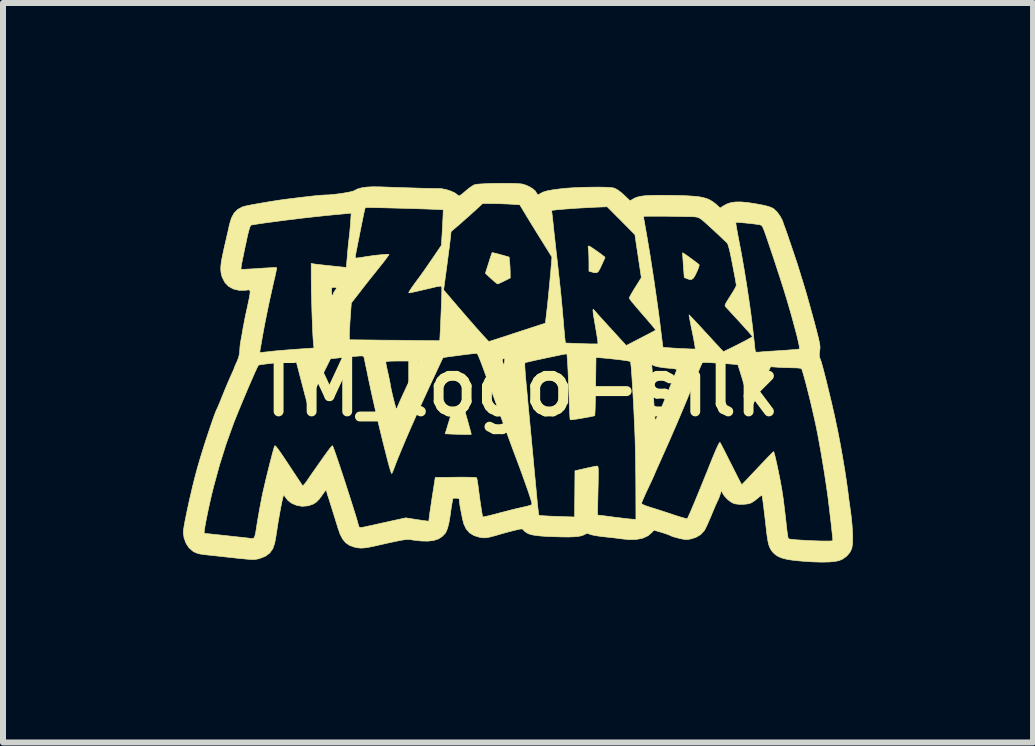
<source format=kicad_pcb>
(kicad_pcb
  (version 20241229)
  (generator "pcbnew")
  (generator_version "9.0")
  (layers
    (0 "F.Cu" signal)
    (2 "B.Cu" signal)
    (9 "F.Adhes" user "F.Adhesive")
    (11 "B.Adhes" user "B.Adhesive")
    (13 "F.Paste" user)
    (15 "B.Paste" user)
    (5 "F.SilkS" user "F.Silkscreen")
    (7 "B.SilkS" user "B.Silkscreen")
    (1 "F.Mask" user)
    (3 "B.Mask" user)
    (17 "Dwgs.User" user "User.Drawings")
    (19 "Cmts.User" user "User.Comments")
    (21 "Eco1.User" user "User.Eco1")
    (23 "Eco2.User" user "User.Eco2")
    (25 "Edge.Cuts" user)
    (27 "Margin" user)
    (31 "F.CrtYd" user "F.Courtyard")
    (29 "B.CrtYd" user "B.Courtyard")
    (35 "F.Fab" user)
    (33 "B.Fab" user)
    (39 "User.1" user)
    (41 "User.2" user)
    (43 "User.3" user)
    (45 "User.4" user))
  (footprint "TM_logo-silk"
    (layer "F.Cu")
    (at 5.593 3.403)
    (property "Reference" "TM_logo-silk" (at 0 0 0) (layer "F.SilkS") (effects (font (size 0.889 0.889) (thickness 0.165))))
    (attr through_hole)
    (fp_poly (pts (xy -0.841 0.592) (xy -0.823 0.66) (xy -0.807 0.717) (xy -0.796 0.759) (xy -0.79 0.781) (xy -0.79 0.783) (xy -0.804 0.786) (xy -0.842 0.787) (xy -0.903 0.787) (xy -0.981 0.785) (xy -1.075 0.782) (xy -1.124 0.78) (xy -1.226 0.775) (xy -1.213 0.737) (xy -1.204 0.707) (xy -1.189 0.659) (xy -1.171 0.598) (xy -1.157 0.554) (xy -1.114 0.409) (xy -0.893 0.409) (xy -0.841 0.592)) (stroke (width 0.01) (type solid)) (fill yes) (layer "F.SilkS"))
    (fp_poly (pts (xy 2.743 -2.235) (xy 2.772 -2.216) (xy 2.813 -2.188) (xy 2.86 -2.154) (xy 2.908 -2.119) (xy 2.952 -2.086) (xy 2.986 -2.06) (xy 3.006 -2.043) (xy 3.008 -2.041) (xy 3.006 -2.023) (xy 2.995 -1.987) (xy 2.975 -1.938) (xy 2.964 -1.914) (xy 2.933 -1.851) (xy 2.906 -1.813) (xy 2.878 -1.795) (xy 2.845 -1.796) (xy 2.801 -1.811) (xy 2.759 -1.829) (xy 2.744 -2.033) (xy 2.739 -2.105) (xy 2.735 -2.167) (xy 2.732 -2.213) (xy 2.731 -2.238) (xy 2.732 -2.241) (xy 2.743 -2.235)) (stroke (width 0.01) (type solid)) (fill yes) (layer "F.SilkS"))
    (fp_poly (pts (xy -0.428 -2.241) (xy -0.392 -2.234) (xy -0.341 -2.221) (xy -0.298 -2.209) (xy -0.159 -2.169) (xy -0.15 -2.076) (xy -0.145 -2.011) (xy -0.142 -1.942) (xy -0.141 -1.902) (xy -0.141 -1.821) (xy -0.24 -1.771) (xy -0.288 -1.748) (xy -0.327 -1.73) (xy -0.349 -1.722) (xy -0.351 -1.722) (xy -0.366 -1.731) (xy -0.397 -1.755) (xy -0.437 -1.79) (xy -0.459 -1.81) (xy -0.555 -1.899) (xy -0.501 -2.068) (xy -0.481 -2.132) (xy -0.463 -2.187) (xy -0.45 -2.225) (xy -0.443 -2.242) (xy -0.443 -2.243) (xy -0.428 -2.241)) (stroke (width 0.01) (type solid)) (fill yes) (layer "F.SilkS"))
    (fp_poly (pts (xy 1.177 -2.352) (xy 1.196 -2.341) (xy 1.231 -2.318) (xy 1.275 -2.288) (xy 1.323 -2.254) (xy 1.369 -2.221) (xy 1.407 -2.192) (xy 1.432 -2.172) (xy 1.439 -2.165) (xy 1.434 -2.151) (xy 1.419 -2.117) (xy 1.397 -2.069) (xy 1.381 -2.033) (xy 1.352 -1.971) (xy 1.329 -1.932) (xy 1.307 -1.912) (xy 1.281 -1.907) (xy 1.245 -1.913) (xy 1.217 -1.921) (xy 1.171 -1.934) (xy 1.171 -2.08) (xy 1.17 -2.15) (xy 1.168 -2.218) (xy 1.164 -2.273) (xy 1.162 -2.293) (xy 1.157 -2.334) (xy 1.16 -2.352) (xy 1.17 -2.354) (xy 1.177 -2.352)) (stroke (width 0.01) (type solid)) (fill yes) (layer "F.SilkS"))
    (fp_poly (pts (xy -0.192 -3.398) (xy -0.103 -3.397) (xy -0.027 -3.394) (xy 0.031 -3.39) (xy 0.061 -3.386) (xy 0.12 -3.368) (xy 0.181 -3.34) (xy 0.234 -3.307) (xy 0.273 -3.275) (xy 0.282 -3.262) (xy 0.304 -3.225) (xy 0.32 -3.21) (xy 0.338 -3.213) (xy 0.362 -3.229) (xy 0.407 -3.252) (xy 0.476 -3.273) (xy 0.57 -3.29) (xy 0.691 -3.306) (xy 0.79 -3.316) (xy 0.887 -3.323) (xy 0.993 -3.328) (xy 1.103 -3.332) (xy 1.212 -3.334) (xy 1.316 -3.335) (xy 1.411 -3.334) (xy 1.491 -3.331) (xy 1.552 -3.326) (xy 1.59 -3.319) (xy 1.641 -3.294) (xy 1.705 -3.247) (xy 1.753 -3.204) (xy 1.857 -3.107) (xy 1.901 -3.134) (xy 1.938 -3.154) (xy 1.981 -3.17) (xy 2.034 -3.182) (xy 2.101 -3.191) (xy 2.183 -3.196) (xy 2.284 -3.199) (xy 2.408 -3.199) (xy 2.538 -3.198) (xy 2.689 -3.195) (xy 2.815 -3.19) (xy 2.92 -3.183) (xy 3.006 -3.174) (xy 3.078 -3.16) (xy 3.139 -3.142) (xy 3.191 -3.118) (xy 3.239 -3.088) (xy 3.286 -3.052) (xy 3.319 -3.022) (xy 3.357 -2.987) (xy 3.411 -3.022) (xy 3.47 -3.054) (xy 3.535 -3.076) (xy 3.612 -3.087) (xy 3.702 -3.088) (xy 3.808 -3.079) (xy 3.935 -3.06) (xy 4.075 -3.034) (xy 4.161 -3.013) (xy 4.223 -2.989) (xy 4.254 -2.97) (xy 4.306 -2.92) (xy 4.354 -2.854) (xy 4.392 -2.785) (xy 4.403 -2.754) (xy 4.417 -2.712) (xy 4.43 -2.677) (xy 4.431 -2.674) (xy 4.44 -2.652) (xy 4.455 -2.609) (xy 4.477 -2.547) (xy 4.502 -2.473) (xy 4.53 -2.391) (xy 4.559 -2.305) (xy 4.588 -2.22) (xy 4.614 -2.141) (xy 4.637 -2.073) (xy 4.654 -2.02) (xy 4.663 -1.99) (xy 4.677 -1.946) (xy 4.695 -1.886) (xy 4.715 -1.822) (xy 4.72 -1.806) (xy 4.748 -1.716) (xy 4.781 -1.606) (xy 4.817 -1.481) (xy 4.854 -1.348) (xy 4.891 -1.214) (xy 4.927 -1.084) (xy 4.958 -0.965) (xy 4.984 -0.863) (xy 4.996 -0.816) (xy 5.011 -0.746) (xy 5.02 -0.694) (xy 5.021 -0.65) (xy 5.016 -0.606) (xy 5.015 -0.597) (xy 5.009 -0.545) (xy 5.011 -0.507) (xy 5.023 -0.473) (xy 5.026 -0.466) (xy 5.037 -0.438) (xy 5.052 -0.386) (xy 5.072 -0.314) (xy 5.095 -0.225) (xy 5.122 -0.122) (xy 5.149 -0.009) (xy 5.178 0.11) (xy 5.207 0.231) (xy 5.235 0.352) (xy 5.262 0.469) (xy 5.282 0.564) (xy 5.323 0.76) (xy 5.362 0.965) (xy 5.399 1.173) (xy 5.433 1.376) (xy 5.462 1.567) (xy 5.486 1.739) (xy 5.489 1.764) (xy 5.498 1.835) (xy 5.507 1.907) (xy 5.516 1.967) (xy 5.518 1.983) (xy 5.539 2.137) (xy 5.554 2.281) (xy 5.563 2.41) (xy 5.566 2.522) (xy 5.562 2.614) (xy 5.551 2.682) (xy 5.549 2.69) (xy 5.517 2.755) (xy 5.464 2.815) (xy 5.398 2.863) (xy 5.343 2.887) (xy 5.273 2.902) (xy 5.177 2.911) (xy 5.056 2.914) (xy 4.912 2.91) (xy 4.819 2.905) (xy 4.68 2.894) (xy 4.565 2.882) (xy 4.472 2.867) (xy 4.398 2.849) (xy 4.338 2.826) (xy 4.289 2.798) (xy 4.249 2.764) (xy 4.249 2.764) (xy 4.216 2.726) (xy 4.19 2.683) (xy 4.169 2.63) (xy 4.153 2.562) (xy 4.139 2.475) (xy 4.128 2.385) (xy 4.111 2.232) (xy 4.095 2.101) (xy 4.082 1.992) (xy 4.071 1.906) (xy 4.063 1.845) (xy 4.057 1.81) (xy 4.055 1.803) (xy 4.042 1.805) (xy 4.014 1.823) (xy 3.982 1.85) (xy 3.937 1.886) (xy 3.892 1.916) (xy 3.866 1.93) (xy 3.814 1.944) (xy 3.746 1.951) (xy 3.674 1.951) (xy 3.609 1.943) (xy 3.582 1.936) (xy 3.529 1.907) (xy 3.474 1.862) (xy 3.426 1.809) (xy 3.399 1.767) (xy 3.377 1.721) (xy 3.359 1.781) (xy 3.341 1.833) (xy 3.32 1.883) (xy 3.315 1.891) (xy 3.301 1.922) (xy 3.278 1.972) (xy 3.251 2.037) (xy 3.22 2.109) (xy 3.209 2.138) (xy 3.177 2.212) (xy 3.147 2.281) (xy 3.12 2.338) (xy 3.099 2.378) (xy 3.094 2.387) (xy 3.033 2.454) (xy 2.952 2.502) (xy 2.871 2.527) (xy 2.821 2.536) (xy 2.779 2.537) (xy 2.732 2.53) (xy 2.68 2.519) (xy 2.627 2.505) (xy 2.583 2.493) (xy 2.556 2.484) (xy 2.554 2.483) (xy 2.508 2.462) (xy 2.454 2.442) (xy 2.385 2.42) (xy 2.358 2.412) (xy 2.253 2.381) (xy 2.223 2.416) (xy 2.156 2.474) (xy 2.069 2.514) (xy 1.962 2.536) (xy 1.838 2.539) (xy 1.707 2.525) (xy 1.659 2.518) (xy 1.593 2.51) (xy 1.52 2.502) (xy 1.482 2.498) (xy 1.379 2.487) (xy 1.292 2.474) (xy 1.224 2.461) (xy 1.178 2.447) (xy 1.162 2.439) (xy 1.135 2.435) (xy 1.112 2.446) (xy 1.077 2.464) (xy 1.035 2.477) (xy 0.982 2.487) (xy 0.915 2.492) (xy 0.83 2.495) (xy 0.722 2.494) (xy 0.624 2.491) (xy 0.491 2.487) (xy 0.383 2.48) (xy 0.296 2.471) (xy 0.228 2.46) (xy 0.175 2.445) (xy 0.133 2.425) (xy 0.1 2.401) (xy 0.074 2.373) (xy 0.064 2.364) (xy 0.047 2.361) (xy 0.018 2.364) (xy -0.027 2.374) (xy -0.088 2.389) (xy -0.158 2.407) (xy -0.228 2.426) (xy -0.287 2.442) (xy -0.31 2.449) (xy -0.399 2.475) (xy -0.467 2.493) (xy -0.519 2.504) (xy -0.56 2.509) (xy -0.597 2.508) (xy -0.634 2.503) (xy -0.651 2.5) (xy -0.745 2.471) (xy -0.818 2.426) (xy -0.874 2.363) (xy -0.914 2.279) (xy -0.938 2.185) (xy -0.95 2.12) (xy -0.963 2.056) (xy -0.973 2.005) (xy -0.974 1.999) (xy -0.982 1.949) (xy -0.987 1.903) (xy -0.988 1.89) (xy -0.99 1.863) (xy -1.003 1.851) (xy -1.035 1.849) (xy -1.042 1.849) (xy -1.096 1.849) (xy -1.113 1.944) (xy -1.124 2.01) (xy -1.135 2.086) (xy -1.143 2.145) (xy -1.162 2.258) (xy -1.185 2.349) (xy -1.212 2.414) (xy -1.226 2.436) (xy -1.279 2.49) (xy -1.342 2.529) (xy -1.418 2.553) (xy -1.511 2.564) (xy -1.622 2.562) (xy -1.756 2.547) (xy -1.792 2.541) (xy -1.815 2.538) (xy -1.838 2.536) (xy -1.864 2.537) (xy -1.896 2.54) (xy -1.937 2.546) (xy -1.99 2.556) (xy -2.058 2.57) (xy -2.144 2.588) (xy -2.251 2.612) (xy -2.383 2.642) (xy -2.406 2.647) (xy -2.498 2.666) (xy -2.57 2.677) (xy -2.63 2.68) (xy -2.686 2.675) (xy -2.743 2.662) (xy -2.748 2.661) (xy -2.822 2.633) (xy -2.883 2.59) (xy -2.933 2.53) (xy -2.976 2.447) (xy -3.011 2.347) (xy -3.032 2.278) (xy -3.058 2.195) (xy -3.086 2.104) (xy -3.115 2.013) (xy -3.141 1.928) (xy -3.164 1.855) (xy -3.182 1.801) (xy -3.184 1.795) (xy -3.196 1.753) (xy -3.203 1.72) (xy -3.203 1.712) (xy -3.21 1.713) (xy -3.229 1.734) (xy -3.256 1.77) (xy -3.272 1.794) (xy -3.325 1.866) (xy -3.375 1.916) (xy -3.43 1.949) (xy -3.498 1.972) (xy -3.515 1.976) (xy -3.607 1.984) (xy -3.697 1.969) (xy -3.779 1.935) (xy -3.847 1.884) (xy -3.882 1.839) (xy -3.902 1.81) (xy -3.915 1.796) (xy -3.917 1.796) (xy -3.923 1.813) (xy -3.933 1.853) (xy -3.946 1.912) (xy -3.961 1.984) (xy -3.976 2.064) (xy -3.991 2.149) (xy -4.006 2.232) (xy -4.018 2.31) (xy -4.021 2.328) (xy -4.033 2.408) (xy -4.045 2.484) (xy -4.056 2.549) (xy -4.065 2.595) (xy -4.067 2.603) (xy -4.098 2.692) (xy -4.149 2.763) (xy -4.221 2.816) (xy -4.316 2.853) (xy -4.328 2.857) (xy -4.357 2.863) (xy -4.384 2.868) (xy -4.414 2.87) (xy -4.451 2.87) (xy -4.5 2.867) (xy -4.564 2.861) (xy -4.649 2.853) (xy -4.75 2.842) (xy -4.852 2.831) (xy -4.951 2.82) (xy -5.041 2.81) (xy -5.117 2.802) (xy -5.174 2.796) (xy -5.193 2.794) (xy -5.272 2.785) (xy -5.33 2.774) (xy -5.376 2.759) (xy -5.417 2.739) (xy -5.435 2.727) (xy -5.496 2.672) (xy -5.544 2.597) (xy -5.576 2.51) (xy -5.586 2.434) (xy -5.242 2.434) (xy -4.889 2.471) (xy -4.791 2.482) (xy -4.7 2.492) (xy -4.621 2.5) (xy -4.559 2.507) (xy -4.517 2.512) (xy -4.501 2.514) (xy -4.465 2.519) (xy -4.438 2.521) (xy -4.418 2.516) (xy -4.404 2.499) (xy -4.393 2.468) (xy -4.382 2.419) (xy -4.371 2.349) (xy -4.36 2.279) (xy -4.343 2.177) (xy -4.323 2.063) (xy -4.302 1.949) (xy -4.282 1.847) (xy -4.277 1.82) (xy -4.262 1.748) (xy -4.242 1.663) (xy -4.22 1.568) (xy -4.196 1.469) (xy -4.171 1.368) (xy -4.147 1.27) (xy -4.123 1.18) (xy -4.103 1.101) (xy -4.085 1.038) (xy -4.072 0.994) (xy -4.065 0.975) (xy -4.056 0.977) (xy -4.037 0.995) (xy -4.008 1.033) (xy -3.967 1.091) (xy -3.913 1.17) (xy -3.845 1.272) (xy -3.832 1.292) (xy -3.774 1.38) (xy -3.722 1.459) (xy -3.676 1.528) (xy -3.639 1.583) (xy -3.613 1.622) (xy -3.6 1.64) (xy -3.599 1.641) (xy -3.588 1.635) (xy -3.565 1.609) (xy -3.534 1.568) (xy -3.509 1.532) (xy -3.47 1.474) (xy -3.419 1.401) (xy -3.36 1.317) (xy -3.298 1.229) (xy -3.238 1.144) (xy -3.183 1.068) (xy -3.147 1.02) (xy -3.123 0.991) (xy -3.106 0.975) (xy -3.103 0.974) (xy -3.096 0.987) (xy -3.082 1.023) (xy -3.061 1.081) (xy -3.035 1.156) (xy -3.005 1.245) (xy -2.971 1.346) (xy -2.935 1.455) (xy -2.897 1.569) (xy -2.86 1.685) (xy -2.823 1.8) (xy -2.788 1.91) (xy -2.755 2.014) (xy -2.726 2.106) (xy -2.702 2.185) (xy -2.684 2.247) (xy -2.673 2.29) (xy -2.662 2.321) (xy -2.651 2.336) (xy -2.632 2.337) (xy -2.594 2.332) (xy -2.544 2.322) (xy -2.543 2.322) (xy -2.5 2.312) (xy -2.434 2.298) (xy -2.354 2.28) (xy -2.264 2.26) (xy -2.171 2.24) (xy -2.165 2.238) (xy -1.881 2.176) (xy -1.755 2.196) (xy -1.689 2.206) (xy -1.625 2.216) (xy -1.574 2.223) (xy -1.564 2.224) (xy -1.498 2.233) (xy -1.488 2.15) (xy -1.483 2.11) (xy -1.474 2.048) (xy -1.462 1.97) (xy -1.449 1.882) (xy -1.435 1.79) (xy -1.434 1.785) (xy -1.39 1.503) (xy -1.052 1.499) (xy -0.957 1.498) (xy -0.871 1.499) (xy -0.799 1.5) (xy -0.744 1.502) (xy -0.711 1.505) (xy -0.703 1.507) (xy -0.696 1.525) (xy -0.688 1.565) (xy -0.679 1.622) (xy -0.671 1.687) (xy -0.661 1.764) (xy -0.65 1.845) (xy -0.639 1.927) (xy -0.627 2.004) (xy -0.617 2.07) (xy -0.608 2.122) (xy -0.601 2.154) (xy -0.599 2.16) (xy -0.584 2.159) (xy -0.547 2.152) (xy -0.49 2.139) (xy -0.419 2.121) (xy -0.338 2.1) (xy -0.322 2.095) (xy -0.227 2.071) (xy -0.132 2.046) (xy -0.043 2.024) (xy 0.032 2.007) (xy 0.083 1.995) (xy 0.141 1.982) (xy 0.187 1.969) (xy 0.216 1.957) (xy 0.222 1.952) (xy 0.219 1.931) (xy 0.207 1.886) (xy 0.186 1.818) (xy 0.156 1.727) (xy 0.117 1.617) (xy 0.071 1.487) (xy 0.017 1.339) (xy -0.044 1.176) (xy -0.056 1.143) (xy -0.096 1.038) (xy -0.142 0.913) (xy -0.192 0.776) (xy -0.244 0.635) (xy -0.295 0.496) (xy -0.342 0.367) (xy -0.347 0.353) (xy -0.412 0.174) (xy -0.468 0.021) (xy -0.516 -0.11) (xy -0.556 -0.22) (xy -0.589 -0.311) (xy -0.616 -0.384) (xy -0.638 -0.442) (xy -0.639 -0.445) (xy -0.272 -0.445) (xy -0.264 -0.414) (xy -0.247 -0.361) (xy -0.247 -0.365) (xy 0.102 -0.365) (xy 0.103 -0.332) (xy 0.106 -0.287) (xy 0.11 -0.229) (xy 0.116 -0.155) (xy 0.124 -0.064) (xy 0.135 0.046) (xy 0.147 0.178) (xy 0.161 0.331) (xy 0.178 0.51) (xy 0.197 0.713) (xy 0.213 0.877) (xy 0.228 1.041) (xy 0.243 1.199) (xy 0.257 1.35) (xy 0.27 1.49) (xy 0.282 1.614) (xy 0.292 1.721) (xy 0.3 1.806) (xy 0.305 1.863) (xy 0.313 1.946) (xy 0.321 2.019) (xy 0.328 2.077) (xy 0.333 2.117) (xy 0.337 2.133) (xy 0.353 2.136) (xy 0.393 2.14) (xy 0.453 2.144) (xy 0.528 2.148) (xy 0.613 2.151) (xy 0.638 2.152) (xy 0.931 2.162) (xy 0.935 1.777) (xy 0.938 1.392) (xy 1.108 1.353) (xy 1.175 1.338) (xy 1.235 1.325) (xy 1.28 1.316) (xy 1.304 1.313) (xy 1.304 1.313) (xy 1.312 1.314) (xy 1.318 1.318) (xy 1.322 1.33) (xy 1.325 1.352) (xy 1.327 1.387) (xy 1.327 1.438) (xy 1.326 1.508) (xy 1.325 1.6) (xy 1.322 1.717) (xy 1.322 1.721) (xy 1.313 2.129) (xy 1.387 2.138) (xy 1.429 2.143) (xy 1.491 2.151) (xy 1.565 2.161) (xy 1.644 2.171) (xy 1.658 2.172) (xy 1.734 2.182) (xy 1.804 2.19) (xy 1.862 2.196) (xy 1.9 2.199) (xy 1.905 2.2) (xy 1.954 2.201) (xy 1.953 1.935) (xy 2.046 1.935) (xy 2.06 1.949) (xy 2.1 1.968) (xy 2.165 1.991) (xy 2.205 2.004) (xy 2.277 2.026) (xy 2.367 2.055) (xy 2.463 2.086) (xy 2.556 2.117) (xy 2.582 2.126) (xy 2.656 2.15) (xy 2.72 2.169) (xy 2.77 2.183) (xy 2.802 2.19) (xy 2.81 2.19) (xy 2.82 2.172) (xy 2.838 2.131) (xy 2.866 2.069) (xy 2.9 1.988) (xy 2.941 1.891) (xy 2.986 1.781) (xy 3.036 1.66) (xy 3.088 1.531) (xy 3.143 1.396) (xy 3.175 1.315) (xy 3.224 1.193) (xy 3.265 1.095) (xy 3.297 1.02) (xy 3.321 0.968) (xy 3.339 0.935) (xy 3.35 0.92) (xy 3.355 0.92) (xy 3.365 0.937) (xy 3.386 0.976) (xy 3.415 1.033) (xy 3.452 1.105) (xy 3.494 1.189) (xy 3.54 1.28) (xy 3.541 1.281) (xy 3.586 1.371) (xy 3.627 1.452) (xy 3.662 1.521) (xy 3.69 1.575) (xy 3.709 1.61) (xy 3.717 1.623) (xy 3.717 1.623) (xy 3.728 1.613) (xy 3.755 1.585) (xy 3.797 1.542) (xy 3.85 1.486) (xy 3.912 1.42) (xy 3.98 1.348) (xy 4.049 1.275) (xy 4.112 1.209) (xy 4.165 1.153) (xy 4.208 1.11) (xy 4.236 1.082) (xy 4.248 1.072) (xy 4.254 1.085) (xy 4.264 1.121) (xy 4.278 1.175) (xy 4.293 1.243) (xy 4.302 1.281) (xy 4.327 1.4) (xy 4.348 1.503) (xy 4.365 1.595) (xy 4.381 1.68) (xy 4.394 1.763) (xy 4.407 1.849) (xy 4.419 1.944) (xy 4.432 2.051) (xy 4.447 2.176) (xy 4.463 2.324) (xy 4.465 2.339) (xy 4.473 2.407) (xy 4.481 2.463) (xy 4.488 2.504) (xy 4.493 2.523) (xy 4.494 2.523) (xy 4.512 2.529) (xy 4.554 2.535) (xy 4.613 2.541) (xy 4.687 2.546) (xy 4.769 2.551) (xy 4.857 2.556) (xy 4.945 2.559) (xy 5.029 2.562) (xy 5.104 2.563) (xy 5.166 2.563) (xy 5.211 2.561) (xy 5.233 2.558) (xy 5.235 2.556) (xy 5.234 2.531) (xy 5.229 2.482) (xy 5.222 2.415) (xy 5.213 2.333) (xy 5.203 2.241) (xy 5.191 2.143) (xy 5.18 2.043) (xy 5.168 1.947) (xy 5.157 1.859) (xy 5.157 1.856) (xy 5.139 1.725) (xy 5.117 1.577) (xy 5.093 1.418) (xy 5.066 1.255) (xy 5.039 1.093) (xy 5.011 0.938) (xy 4.985 0.797) (xy 4.961 0.676) (xy 4.954 0.642) (xy 4.93 0.531) (xy 4.903 0.414) (xy 4.876 0.296) (xy 4.848 0.179) (xy 4.82 0.068) (xy 4.794 -0.035) (xy 4.769 -0.127) (xy 4.748 -0.204) (xy 4.731 -0.262) (xy 4.718 -0.3) (xy 4.711 -0.312) (xy 4.689 -0.317) (xy 4.646 -0.322) (xy 4.591 -0.324) (xy 4.571 -0.324) (xy 4.495 -0.326) (xy 4.408 -0.329) (xy 4.329 -0.333) (xy 4.324 -0.333) (xy 4.198 -0.342) (xy 4.125 -0.182) (xy 4.068 -0.059) (xy 4.017 0.051) (xy 3.972 0.146) (xy 3.934 0.224) (xy 3.904 0.283) (xy 3.884 0.321) (xy 3.873 0.336) (xy 3.873 0.336) (xy 3.867 0.321) (xy 3.855 0.283) (xy 3.837 0.225) (xy 3.814 0.151) (xy 3.787 0.065) (xy 3.762 -0.02) (xy 3.734 -0.114) (xy 3.708 -0.199) (xy 3.686 -0.271) (xy 3.668 -0.327) (xy 3.657 -0.362) (xy 3.653 -0.374) (xy 3.637 -0.377) (xy 3.598 -0.382) (xy 3.541 -0.387) (xy 3.471 -0.392) (xy 3.394 -0.398) (xy 3.315 -0.403) (xy 3.238 -0.407) (xy 3.169 -0.411) (xy 3.113 -0.413) (xy 3.075 -0.413) (xy 3.06 -0.412) (xy 3.053 -0.397) (xy 3.036 -0.359) (xy 3.012 -0.302) (xy 2.981 -0.228) (xy 2.946 -0.143) (xy 2.908 -0.048) (xy 2.903 -0.035) (xy 2.775 0.276) (xy 2.641 0.593) (xy 2.506 0.904) (xy 2.374 1.199) (xy 2.372 1.204) (xy 2.337 1.282) (xy 2.306 1.351) (xy 2.282 1.406) (xy 2.265 1.445) (xy 2.258 1.462) (xy 2.258 1.463) (xy 2.252 1.477) (xy 2.236 1.512) (xy 2.212 1.565) (xy 2.181 1.63) (xy 2.152 1.692) (xy 2.117 1.766) (xy 2.088 1.832) (xy 2.065 1.885) (xy 2.05 1.922) (xy 2.046 1.935) (xy 1.953 1.935) (xy 1.952 1.626) (xy 1.951 1.484) (xy 1.949 1.335) (xy 1.947 1.185) (xy 1.944 1.04) (xy 1.941 0.907) (xy 1.937 0.791) (xy 1.934 0.706) (xy 1.926 0.541) (xy 1.919 0.382) (xy 1.911 0.231) (xy 1.903 0.089) (xy 1.895 -0.041) (xy 1.888 -0.156) (xy 1.881 -0.254) (xy 1.875 -0.333) (xy 1.872 -0.362) (xy 2.217 -0.362) (xy 2.221 -0.326) (xy 2.221 -0.324) (xy 2.224 -0.292) (xy 2.227 -0.236) (xy 2.232 -0.163) (xy 2.237 -0.076) (xy 2.241 0.02) (xy 2.244 0.071) (xy 2.248 0.17) (xy 2.253 0.264) (xy 2.258 0.348) (xy 2.262 0.417) (xy 2.266 0.465) (xy 2.267 0.48) (xy 2.275 0.557) (xy 2.308 0.494) (xy 2.33 0.449) (xy 2.357 0.39) (xy 2.383 0.329) (xy 2.385 0.325) (xy 2.413 0.257) (xy 2.445 0.179) (xy 2.475 0.109) (xy 2.476 0.106) (xy 2.515 0.009) (xy 2.564 -0.112) (xy 2.62 -0.254) (xy 2.634 -0.291) (xy 2.625 -0.301) (xy 2.587 -0.309) (xy 2.522 -0.316) (xy 2.516 -0.316) (xy 2.423 -0.325) (xy 2.343 -0.337) (xy 2.28 -0.351) (xy 2.239 -0.367) (xy 2.232 -0.372) (xy 2.221 -0.376) (xy 2.217 -0.362) (xy 1.872 -0.362) (xy 1.869 -0.389) (xy 1.865 -0.421) (xy 1.863 -0.428) (xy 1.845 -0.434) (xy 1.803 -0.442) (xy 1.741 -0.451) (xy 1.664 -0.461) (xy 1.575 -0.471) (xy 1.48 -0.481) (xy 1.402 -0.488) (xy 1.288 -0.497) (xy 1.282 -0.016) (xy 1.28 0.097) (xy 1.278 0.202) (xy 1.276 0.294) (xy 1.274 0.371) (xy 1.271 0.428) (xy 1.269 0.463) (xy 1.268 0.473) (xy 1.251 0.478) (xy 1.213 0.487) (xy 1.16 0.497) (xy 1.097 0.508) (xy 1.031 0.52) (xy 0.968 0.53) (xy 0.915 0.537) (xy 0.876 0.542) (xy 0.859 0.542) (xy 0.859 0.542) (xy 0.856 0.527) (xy 0.853 0.488) (xy 0.85 0.429) (xy 0.846 0.353) (xy 0.842 0.265) (xy 0.841 0.209) (xy 0.836 0.077) (xy 0.831 -0.049) (xy 0.827 -0.169) (xy 0.822 -0.277) (xy 0.817 -0.373) (xy 0.812 -0.451) (xy 0.808 -0.51) (xy 0.805 -0.547) (xy 0.802 -0.557) (xy 0.788 -0.555) (xy 0.751 -0.549) (xy 0.694 -0.538) (xy 0.623 -0.523) (xy 0.542 -0.506) (xy 0.456 -0.488) (xy 0.368 -0.469) (xy 0.283 -0.451) (xy 0.205 -0.433) (xy 0.139 -0.418) (xy 0.129 -0.416) (xy 0.122 -0.415) (xy 0.116 -0.415) (xy 0.111 -0.414) (xy 0.107 -0.411) (xy 0.104 -0.402) (xy 0.102 -0.388) (xy 0.102 -0.365) (xy -0.247 -0.365) (xy -0.238 -0.417) (xy -0.233 -0.453) (xy -0.233 -0.476) (xy -0.234 -0.478) (xy -0.249 -0.478) (xy -0.259 -0.475) (xy -0.272 -0.466) (xy -0.272 -0.445) (xy -0.639 -0.445) (xy -0.656 -0.486) (xy -0.669 -0.518) (xy -0.679 -0.54) (xy -0.687 -0.554) (xy -0.693 -0.562) (xy -0.699 -0.565) (xy -0.703 -0.565) (xy -0.709 -0.564) (xy -0.711 -0.564) (xy -0.739 -0.562) (xy -0.787 -0.557) (xy -0.849 -0.55) (xy -0.921 -0.541) (xy -0.997 -0.531) (xy -1.072 -0.521) (xy -1.142 -0.512) (xy -1.199 -0.504) (xy -1.24 -0.497) (xy -1.26 -0.493) (xy -1.26 -0.493) (xy -1.265 -0.485) (xy -1.275 -0.464) (xy -1.292 -0.429) (xy -1.316 -0.378) (xy -1.348 -0.309) (xy -1.389 -0.221) (xy -1.44 -0.112) (xy -1.501 0.019) (xy -1.572 0.174) (xy -1.583 0.198) (xy -1.639 0.319) (xy -1.698 0.45) (xy -1.758 0.586) (xy -1.818 0.722) (xy -1.876 0.856) (xy -1.929 0.982) (xy -1.977 1.097) (xy -2.018 1.196) (xy -2.049 1.276) (xy -2.061 1.309) (xy -2.082 1.364) (xy -2.1 1.408) (xy -2.112 1.434) (xy -2.116 1.439) (xy -2.123 1.426) (xy -2.136 1.388) (xy -2.154 1.328) (xy -2.176 1.248) (xy -2.201 1.151) (xy -2.229 1.04) (xy -2.26 0.918) (xy -2.292 0.788) (xy -2.325 0.651) (xy -2.358 0.511) (xy -2.39 0.37) (xy -2.422 0.231) (xy -2.452 0.097) (xy -2.479 -0.029) (xy -2.497 -0.113) (xy -2.517 -0.21) (xy -2.535 -0.299) (xy -2.552 -0.376) (xy -2.56 -0.418) (xy -2.215 -0.418) (xy -2.212 -0.396) (xy -2.204 -0.354) (xy -2.192 -0.298) (xy -2.182 -0.252) (xy -2.166 -0.183) (xy -2.153 -0.118) (xy -2.142 -0.064) (xy -2.139 -0.042) (xy -2.131 0.003) (xy -2.119 0.06) (xy -2.104 0.124) (xy -2.088 0.19) (xy -2.072 0.252) (xy -2.058 0.306) (xy -2.046 0.345) (xy -2.037 0.365) (xy -2.035 0.366) (xy -2.027 0.345) (xy -2.01 0.305) (xy -1.987 0.252) (xy -1.973 0.219) (xy -1.939 0.144) (xy -1.9 0.06) (xy -1.864 -0.019) (xy -1.856 -0.035) (xy -1.821 -0.107) (xy -1.781 -0.191) (xy -1.744 -0.272) (xy -1.731 -0.3) (xy -1.667 -0.437) (xy -1.941 -0.437) (xy -2.038 -0.437) (xy -2.11 -0.436) (xy -2.16 -0.434) (xy -2.192 -0.43) (xy -2.209 -0.426) (xy -2.215 -0.419) (xy -2.215 -0.418) (xy -2.56 -0.418) (xy -2.564 -0.437) (xy -2.573 -0.478) (xy -2.576 -0.492) (xy -2.581 -0.509) (xy -2.592 -0.519) (xy -2.613 -0.522) (xy -2.652 -0.521) (xy -2.692 -0.518) (xy -2.753 -0.513) (xy -2.83 -0.506) (xy -2.913 -0.498) (xy -2.968 -0.492) (xy -3.135 -0.475) (xy -3.326 -0.093) (xy -3.518 0.289) (xy -3.537 0.219) (xy -3.546 0.184) (xy -3.562 0.127) (xy -3.581 0.053) (xy -3.603 -0.032) (xy -3.627 -0.123) (xy -3.632 -0.141) (xy -3.707 -0.43) (xy -3.797 -0.426) (xy -3.862 -0.422) (xy -3.938 -0.416) (xy -4.019 -0.409) (xy -4.1 -0.401) (xy -4.177 -0.392) (xy -4.244 -0.384) (xy -4.296 -0.377) (xy -4.329 -0.37) (xy -4.337 -0.367) (xy -4.347 -0.35) (xy -4.366 -0.31) (xy -4.393 -0.252) (xy -4.426 -0.177) (xy -4.464 -0.09) (xy -4.505 0.005) (xy -4.548 0.106) (xy -4.591 0.208) (xy -4.633 0.309) (xy -4.672 0.404) (xy -4.707 0.49) (xy -4.737 0.565) (xy -4.748 0.593) (xy -4.875 0.945) (xy -4.985 1.295) (xy -5.083 1.654) (xy -5.114 1.779) (xy -5.135 1.869) (xy -5.157 1.966) (xy -5.178 2.065) (xy -5.198 2.162) (xy -5.215 2.249) (xy -5.228 2.322) (xy -5.236 2.376) (xy -5.238 2.392) (xy -5.242 2.434) (xy -5.586 2.434) (xy -5.588 2.419) (xy -5.588 2.415) (xy -5.585 2.375) (xy -5.575 2.312) (xy -5.56 2.229) (xy -5.54 2.13) (xy -5.517 2.019) (xy -5.491 1.899) (xy -5.462 1.775) (xy -5.433 1.651) (xy -5.403 1.529) (xy -5.373 1.415) (xy -5.353 1.341) (xy -5.33 1.261) (xy -5.302 1.167) (xy -5.27 1.063) (xy -5.236 0.954) (xy -5.2 0.844) (xy -5.164 0.736) (xy -5.13 0.634) (xy -5.099 0.544) (xy -5.072 0.468) (xy -5.05 0.411) (xy -5.036 0.378) (xy -5.019 0.343) (xy -4.996 0.289) (xy -4.97 0.227) (xy -4.955 0.188) (xy -4.897 0.045) (xy -4.845 -0.079) (xy -4.801 -0.18) (xy -4.776 -0.235) (xy -4.757 -0.277) (xy -4.745 -0.307) (xy -4.741 -0.317) (xy -4.736 -0.333) (xy -4.721 -0.368) (xy -4.7 -0.414) (xy -4.697 -0.42) (xy -4.667 -0.495) (xy -4.652 -0.565) (xy -4.648 -0.614) (xy -4.644 -0.676) (xy -4.637 -0.736) (xy -4.63 -0.776) (xy -4.621 -0.823) (xy -4.61 -0.884) (xy -4.6 -0.945) (xy -4.59 -1.001) (xy -4.576 -1.074) (xy -4.56 -1.157) (xy -4.543 -1.238) (xy -4.542 -1.242) (xy -4.517 -1.356) (xy -4.498 -1.445) (xy -4.485 -1.512) (xy -4.477 -1.56) (xy -4.475 -1.593) (xy -4.479 -1.612) (xy -4.488 -1.621) (xy -4.504 -1.623) (xy -4.526 -1.62) (xy -4.552 -1.616) (xy -4.659 -1.615) (xy -4.753 -1.637) (xy -4.833 -1.681) (xy -4.896 -1.747) (xy -4.94 -1.832) (xy -4.953 -1.875) (xy -4.961 -1.921) (xy -4.965 -1.97) (xy -4.964 -1.986) (xy -4.627 -1.986) (xy -4.626 -1.972) (xy -4.625 -1.967) (xy -4.609 -1.966) (xy -4.57 -1.966) (xy -4.511 -1.969) (xy -4.436 -1.973) (xy -4.351 -1.978) (xy -4.33 -1.98) (xy -4.243 -1.986) (xy -4.166 -1.99) (xy -4.102 -1.994) (xy -4.058 -1.995) (xy -4.035 -1.995) (xy -4.034 -1.995) (xy -4.034 -1.98) (xy -4.04 -1.944) (xy -4.051 -1.891) (xy -4.065 -1.827) (xy -4.066 -1.824) (xy -4.087 -1.735) (xy -4.111 -1.627) (xy -4.138 -1.505) (xy -4.166 -1.376) (xy -4.193 -1.244) (xy -4.219 -1.117) (xy -4.242 -0.999) (xy -4.261 -0.896) (xy -4.276 -0.815) (xy -4.276 -0.811) (xy -4.288 -0.743) (xy -4.298 -0.682) (xy -4.307 -0.635) (xy -4.311 -0.61) (xy -4.313 -0.586) (xy -4.308 -0.579) (xy -4.29 -0.58) (xy -4.25 -0.584) (xy -4.194 -0.59) (xy -4.126 -0.597) (xy -4.113 -0.599) (xy -4.035 -0.607) (xy -3.938 -0.615) (xy -3.832 -0.624) (xy -3.727 -0.632) (xy -3.671 -0.636) (xy -3.411 -0.654) (xy -3.421 -0.74) (xy -3.424 -0.786) (xy -3.429 -0.856) (xy -3.429 -0.857) (xy -2.822 -0.857) (xy -2.822 -0.791) (xy -2.431 -0.787) (xy -2.301 -0.785) (xy -2.157 -0.784) (xy -2.007 -0.783) (xy -1.861 -0.781) (xy -1.73 -0.78) (xy -1.677 -0.779) (xy -1.315 -0.776) (xy -1.306 -0.949) (xy -1.299 -1.104) (xy -1.293 -1.244) (xy -1.288 -1.369) (xy -1.284 -1.476) (xy -1.282 -1.563) (xy -1.281 -1.622) (xy -1.251 -1.622) (xy -1.031 -1.364) (xy -0.944 -1.263) (xy -0.859 -1.164) (xy -0.778 -1.072) (xy -0.704 -0.987) (xy -0.638 -0.913) (xy -0.582 -0.851) (xy -0.538 -0.804) (xy -0.509 -0.773) (xy -0.495 -0.762) (xy -0.495 -0.762) (xy -0.48 -0.767) (xy -0.442 -0.779) (xy -0.383 -0.798) (xy -0.306 -0.823) (xy -0.215 -0.852) (xy -0.113 -0.886) (xy -0.021 -0.916) (xy 0.445 -1.068) (xy 0.469 -1.272) (xy 0.481 -1.378) (xy 0.494 -1.505) (xy 0.508 -1.646) (xy 0.522 -1.794) (xy 0.535 -1.941) (xy 0.546 -2.069) (xy 0.554 -2.17) (xy 0.406 -2.408) (xy 0.349 -2.499) (xy 0.287 -2.599) (xy 0.225 -2.7) (xy 0.169 -2.791) (xy 0.137 -2.843) (xy 0.075 -2.947) (xy 0.547 -2.947) (xy 0.556 -2.888) (xy 0.561 -2.849) (xy 0.567 -2.79) (xy 0.575 -2.723) (xy 0.579 -2.681) (xy 0.585 -2.62) (xy 0.594 -2.538) (xy 0.605 -2.442) (xy 0.616 -2.341) (xy 0.627 -2.24) (xy 0.628 -2.237) (xy 0.654 -2.004) (xy 0.677 -1.795) (xy 0.697 -1.609) (xy 0.714 -1.44) (xy 0.728 -1.287) (xy 0.74 -1.145) (xy 0.741 -1.143) (xy 0.748 -1.054) (xy 0.755 -0.97) (xy 0.762 -0.897) (xy 0.767 -0.84) (xy 0.77 -0.81) (xy 0.779 -0.737) (xy 1.047 -0.727) (xy 1.13 -0.724) (xy 1.204 -0.722) (xy 1.264 -0.722) (xy 1.304 -0.722) (xy 1.321 -0.724) (xy 1.321 -0.724) (xy 1.321 -0.739) (xy 1.316 -0.778) (xy 1.308 -0.836) (xy 1.296 -0.909) (xy 1.282 -0.993) (xy 1.279 -1.011) (xy 1.261 -1.115) (xy 1.248 -1.194) (xy 1.24 -1.25) (xy 1.238 -1.284) (xy 1.24 -1.299) (xy 1.247 -1.297) (xy 1.253 -1.29) (xy 1.265 -1.276) (xy 1.293 -1.244) (xy 1.335 -1.197) (xy 1.389 -1.137) (xy 1.452 -1.068) (xy 1.521 -0.992) (xy 1.528 -0.985) (xy 1.792 -0.695) (xy 2.035 -0.821) (xy 2.11 -0.86) (xy 2.177 -0.895) (xy 2.23 -0.923) (xy 2.267 -0.943) (xy 2.283 -0.952) (xy 2.283 -0.952) (xy 2.276 -0.964) (xy 2.253 -0.994) (xy 2.215 -1.039) (xy 2.167 -1.096) (xy 2.109 -1.163) (xy 2.065 -1.213) (xy 2.003 -1.285) (xy 1.947 -1.351) (xy 1.9 -1.407) (xy 1.866 -1.45) (xy 1.846 -1.478) (xy 1.841 -1.486) (xy 1.849 -1.503) (xy 1.868 -1.54) (xy 1.897 -1.59) (xy 1.933 -1.65) (xy 1.943 -1.665) (xy 2.044 -1.827) (xy 2.009 -2.06) (xy 1.995 -2.15) (xy 1.982 -2.241) (xy 1.969 -2.325) (xy 1.959 -2.394) (xy 1.955 -2.418) (xy 1.937 -2.543) (xy 1.706 -2.776) (xy 1.635 -2.847) (xy 2.081 -2.847) (xy 2.082 -2.833) (xy 2.087 -2.796) (xy 2.097 -2.742) (xy 2.108 -2.676) (xy 2.11 -2.667) (xy 2.135 -2.525) (xy 2.163 -2.36) (xy 2.193 -2.178) (xy 2.223 -1.983) (xy 2.254 -1.783) (xy 2.283 -1.581) (xy 2.311 -1.384) (xy 2.337 -1.196) (xy 2.359 -1.023) (xy 2.371 -0.924) (xy 2.381 -0.843) (xy 2.39 -0.772) (xy 2.397 -0.716) (xy 2.402 -0.68) (xy 2.405 -0.667) (xy 2.42 -0.664) (xy 2.458 -0.661) (xy 2.514 -0.657) (xy 2.581 -0.652) (xy 2.655 -0.648) (xy 2.731 -0.644) (xy 2.802 -0.641) (xy 2.864 -0.638) (xy 2.911 -0.637) (xy 2.938 -0.637) (xy 2.943 -0.638) (xy 2.942 -0.653) (xy 2.936 -0.692) (xy 2.926 -0.75) (xy 2.913 -0.822) (xy 2.896 -0.906) (xy 2.892 -0.924) (xy 2.875 -1.008) (xy 2.86 -1.083) (xy 2.849 -1.144) (xy 2.841 -1.186) (xy 2.839 -1.205) (xy 2.839 -1.206) (xy 2.849 -1.197) (xy 2.876 -1.17) (xy 2.917 -1.127) (xy 2.97 -1.07) (xy 3.033 -1.003) (xy 3.102 -0.927) (xy 3.126 -0.902) (xy 3.197 -0.824) (xy 3.262 -0.753) (xy 3.318 -0.692) (xy 3.363 -0.644) (xy 3.395 -0.61) (xy 3.41 -0.594) (xy 3.412 -0.593) (xy 3.425 -0.599) (xy 3.459 -0.616) (xy 3.511 -0.641) (xy 3.576 -0.673) (xy 3.65 -0.71) (xy 3.655 -0.713) (xy 3.73 -0.751) (xy 3.795 -0.785) (xy 3.847 -0.814) (xy 3.881 -0.834) (xy 3.895 -0.844) (xy 3.895 -0.845) (xy 3.886 -0.858) (xy 3.86 -0.889) (xy 3.821 -0.934) (xy 3.77 -0.99) (xy 3.712 -1.055) (xy 3.688 -1.081) (xy 3.626 -1.149) (xy 3.568 -1.211) (xy 3.519 -1.265) (xy 3.481 -1.306) (xy 3.458 -1.331) (xy 3.455 -1.335) (xy 3.444 -1.348) (xy 3.439 -1.361) (xy 3.442 -1.378) (xy 3.455 -1.405) (xy 3.479 -1.445) (xy 3.516 -1.503) (xy 3.527 -1.52) (xy 3.564 -1.58) (xy 3.595 -1.632) (xy 3.617 -1.673) (xy 3.626 -1.696) (xy 3.627 -1.697) (xy 3.624 -1.717) (xy 3.617 -1.76) (xy 3.606 -1.823) (xy 3.591 -1.901) (xy 3.574 -1.99) (xy 3.563 -2.047) (xy 3.539 -2.17) (xy 3.518 -2.267) (xy 3.5 -2.337) (xy 3.486 -2.382) (xy 3.475 -2.402) (xy 3.458 -2.42) (xy 3.423 -2.453) (xy 3.374 -2.499) (xy 3.315 -2.554) (xy 3.25 -2.615) (xy 3.234 -2.63) (xy 3.161 -2.696) (xy 3.105 -2.747) (xy 3.105 -2.747) (xy 3.618 -2.747) (xy 3.619 -2.733) (xy 3.624 -2.694) (xy 3.634 -2.636) (xy 3.647 -2.564) (xy 3.663 -2.48) (xy 3.668 -2.454) (xy 3.713 -2.217) (xy 3.756 -1.969) (xy 3.797 -1.717) (xy 3.835 -1.467) (xy 3.869 -1.225) (xy 3.898 -0.996) (xy 3.921 -0.788) (xy 3.924 -0.762) (xy 3.931 -0.697) (xy 3.937 -0.643) (xy 3.942 -0.605) (xy 3.946 -0.59) (xy 3.962 -0.585) (xy 3.997 -0.585) (xy 4.019 -0.587) (xy 4.053 -0.59) (xy 4.11 -0.594) (xy 4.185 -0.6) (xy 4.271 -0.605) (xy 4.363 -0.611) (xy 4.378 -0.612) (xy 4.466 -0.618) (xy 4.544 -0.624) (xy 4.609 -0.629) (xy 4.654 -0.634) (xy 4.678 -0.638) (xy 4.679 -0.639) (xy 4.68 -0.657) (xy 4.673 -0.698) (xy 4.659 -0.762) (xy 4.64 -0.844) (xy 4.615 -0.941) (xy 4.585 -1.052) (xy 4.552 -1.174) (xy 4.515 -1.303) (xy 4.476 -1.436) (xy 4.465 -1.475) (xy 4.443 -1.545) (xy 4.416 -1.634) (xy 4.383 -1.736) (xy 4.347 -1.849) (xy 4.308 -1.967) (xy 4.269 -2.088) (xy 4.23 -2.205) (xy 4.192 -2.317) (xy 4.158 -2.418) (xy 4.129 -2.504) (xy 4.105 -2.572) (xy 4.089 -2.617) (xy 4.088 -2.617) (xy 4.069 -2.664) (xy 4.053 -2.69) (xy 4.033 -2.703) (xy 4.003 -2.711) (xy 4 -2.711) (xy 3.957 -2.717) (xy 3.901 -2.724) (xy 3.837 -2.731) (xy 3.771 -2.738) (xy 3.71 -2.743) (xy 3.66 -2.747) (xy 3.627 -2.748) (xy 3.618 -2.747) (xy 3.105 -2.747) (xy 3.063 -2.783) (xy 3.031 -2.807) (xy 3.005 -2.823) (xy 2.982 -2.832) (xy 2.959 -2.837) (xy 2.944 -2.839) (xy 2.916 -2.841) (xy 2.866 -2.843) (xy 2.799 -2.844) (xy 2.718 -2.846) (xy 2.627 -2.847) (xy 2.532 -2.849) (xy 2.436 -2.85) (xy 2.344 -2.85) (xy 2.259 -2.85) (xy 2.186 -2.85) (xy 2.129 -2.85) (xy 2.093 -2.849) (xy 2.081 -2.847) (xy 1.635 -2.847) (xy 1.475 -3.008) (xy 1.27 -3) (xy 1.173 -2.995) (xy 1.067 -2.989) (xy 0.957 -2.983) (xy 0.851 -2.975) (xy 0.753 -2.968) (xy 0.671 -2.961) (xy 0.611 -2.955) (xy 0.609 -2.954) (xy 0.547 -2.947) (xy 0.075 -2.947) (xy 0.018 -3.041) (xy -0.115 -3.05) (xy -0.185 -3.054) (xy -0.271 -3.057) (xy -0.361 -3.06) (xy -0.424 -3.061) (xy -0.601 -3.062) (xy -0.727 -2.945) (xy -0.793 -2.886) (xy -0.869 -2.818) (xy -0.945 -2.751) (xy -0.99 -2.711) (xy -1.127 -2.594) (xy -1.136 -2.5) (xy -1.141 -2.461) (xy -1.148 -2.399) (xy -1.158 -2.318) (xy -1.171 -2.223) (xy -1.184 -2.12) (xy -1.198 -2.014) (xy -1.251 -1.622) (xy -1.281 -1.622) (xy -1.281 -1.628) (xy -1.282 -1.669) (xy -1.284 -1.683) (xy -1.301 -1.685) (xy -1.338 -1.681) (xy -1.384 -1.672) (xy -1.514 -1.641) (xy -1.618 -1.617) (xy -1.7 -1.598) (xy -1.759 -1.585) (xy -1.8 -1.577) (xy -1.824 -1.573) (xy -1.832 -1.573) (xy -1.827 -1.588) (xy -1.807 -1.622) (xy -1.772 -1.674) (xy -1.724 -1.741) (xy -1.665 -1.82) (xy -1.63 -1.868) (xy -1.584 -1.932) (xy -1.532 -2.007) (xy -1.477 -2.087) (xy -1.437 -2.145) (xy -1.288 -2.364) (xy -1.27 -2.658) (xy -1.266 -2.745) (xy -1.262 -2.823) (xy -1.259 -2.887) (xy -1.258 -2.932) (xy -1.258 -2.955) (xy -1.258 -2.957) (xy -1.274 -2.959) (xy -1.314 -2.961) (xy -1.375 -2.964) (xy -1.454 -2.967) (xy -1.548 -2.971) (xy -1.653 -2.974) (xy -1.765 -2.978) (xy -1.882 -2.981) (xy -1.999 -2.984) (xy -2.114 -2.987) (xy -2.222 -2.99) (xy -2.321 -2.992) (xy -2.407 -2.994) (xy -2.476 -2.995) (xy -2.526 -2.995) (xy -2.552 -2.994) (xy -2.556 -2.993) (xy -2.561 -2.978) (xy -2.571 -2.938) (xy -2.584 -2.879) (xy -2.599 -2.805) (xy -2.617 -2.719) (xy -2.624 -2.681) (xy -2.644 -2.584) (xy -2.662 -2.489) (xy -2.68 -2.402) (xy -2.694 -2.329) (xy -2.705 -2.277) (xy -2.706 -2.269) (xy -2.716 -2.217) (xy -2.722 -2.177) (xy -2.723 -2.155) (xy -2.723 -2.153) (xy -2.707 -2.153) (xy -2.67 -2.157) (xy -2.62 -2.164) (xy -2.603 -2.167) (xy -2.526 -2.179) (xy -2.445 -2.191) (xy -2.366 -2.201) (xy -2.294 -2.208) (xy -2.232 -2.214) (xy -2.187 -2.216) (xy -2.164 -2.214) (xy -2.161 -2.213) (xy -2.169 -2.199) (xy -2.191 -2.167) (xy -2.226 -2.12) (xy -2.271 -2.062) (xy -2.324 -1.996) (xy -2.331 -1.987) (xy -2.398 -1.903) (xy -2.472 -1.811) (xy -2.545 -1.718) (xy -2.611 -1.634) (xy -2.647 -1.587) (xy -2.789 -1.404) (xy -2.806 -1.164) (xy -2.812 -1.079) (xy -2.816 -0.999) (xy -2.82 -0.93) (xy -2.822 -0.878) (xy -2.822 -0.857) (xy -3.429 -0.857) (xy -3.433 -0.945) (xy -3.437 -1.049) (xy -3.442 -1.164) (xy -3.446 -1.286) (xy -3.449 -1.409) (xy -3.452 -1.529) (xy -3.454 -1.594) (xy -3.119 -1.594) (xy -3.116 -1.551) (xy -3.109 -1.531) (xy -3.104 -1.531) (xy -3.091 -1.552) (xy -3.09 -1.557) (xy -3.082 -1.579) (xy -3.062 -1.609) (xy -3.062 -1.609) (xy -3.04 -1.641) (xy -3.038 -1.658) (xy -3.059 -1.665) (xy -3.076 -1.665) (xy -3.101 -1.664) (xy -3.114 -1.654) (xy -3.118 -1.63) (xy -3.119 -1.594) (xy -3.454 -1.594) (xy -3.455 -1.643) (xy -3.456 -1.745) (xy -3.457 -1.825) (xy -3.457 -2.063) (xy -3.404 -2.054) (xy -3.374 -2.05) (xy -3.322 -2.044) (xy -3.253 -2.036) (xy -3.175 -2.028) (xy -3.093 -2.019) (xy -3.013 -2.011) (xy -2.941 -2.003) (xy -2.907 -2) (xy -2.872 -1.997) (xy -2.855 -2.194) (xy -2.848 -2.277) (xy -2.84 -2.361) (xy -2.832 -2.437) (xy -2.825 -2.494) (xy -2.825 -2.498) (xy -2.817 -2.56) (xy -2.81 -2.638) (xy -2.803 -2.718) (xy -2.801 -2.752) (xy -2.791 -2.901) (xy -3.205 -2.862) (xy -3.297 -2.852) (xy -3.402 -2.841) (xy -3.517 -2.828) (xy -3.64 -2.814) (xy -3.766 -2.798) (xy -3.892 -2.783) (xy -4.013 -2.767) (xy -4.128 -2.752) (xy -4.231 -2.738) (xy -4.32 -2.725) (xy -4.39 -2.714) (xy -4.439 -2.706) (xy -4.46 -2.701) (xy -4.47 -2.691) (xy -4.481 -2.664) (xy -4.495 -2.617) (xy -4.513 -2.548) (xy -4.534 -2.454) (xy -4.543 -2.409) (xy -4.57 -2.285) (xy -4.59 -2.186) (xy -4.606 -2.11) (xy -4.617 -2.053) (xy -4.623 -2.012) (xy -4.627 -1.986) (xy -4.964 -1.986) (xy -4.962 -2.027) (xy -4.954 -2.095) (xy -4.938 -2.18) (xy -4.916 -2.284) (xy -4.899 -2.359) (xy -4.878 -2.449) (xy -4.858 -2.538) (xy -4.839 -2.619) (xy -4.825 -2.685) (xy -4.818 -2.716) (xy -4.786 -2.822) (xy -4.74 -2.905) (xy -4.679 -2.965) (xy -4.6 -3.006) (xy -4.551 -3.02) (xy -4.479 -3.035) (xy -4.386 -3.052) (xy -4.279 -3.071) (xy -4.165 -3.09) (xy -4.052 -3.108) (xy -3.946 -3.124) (xy -3.855 -3.136) (xy -3.838 -3.138) (xy -3.695 -3.156) (xy -3.576 -3.17) (xy -3.48 -3.181) (xy -3.403 -3.19) (xy -3.342 -3.196) (xy -3.294 -3.2) (xy -3.256 -3.202) (xy -3.226 -3.204) (xy -3.217 -3.204) (xy -3.158 -3.206) (xy -3.087 -3.213) (xy -3.009 -3.222) (xy -2.93 -3.233) (xy -2.857 -3.246) (xy -2.796 -3.258) (xy -2.753 -3.27) (xy -2.738 -3.277) (xy -2.682 -3.305) (xy -2.613 -3.324) (xy -2.527 -3.336) (xy -2.42 -3.341) (xy -2.293 -3.339) (xy -2.079 -3.331) (xy -1.892 -3.325) (xy -1.734 -3.32) (xy -1.603 -3.316) (xy -1.501 -3.314) (xy -1.426 -3.313) (xy -1.379 -3.313) (xy -1.369 -3.313) (xy -1.293 -3.31) (xy -1.211 -3.295) (xy -1.133 -3.27) (xy -1.065 -3.239) (xy -1.016 -3.203) (xy -1.007 -3.194) (xy -0.996 -3.189) (xy -0.977 -3.196) (xy -0.946 -3.218) (xy -0.9 -3.256) (xy -0.888 -3.267) (xy -0.837 -3.309) (xy -0.788 -3.345) (xy -0.748 -3.369) (xy -0.734 -3.375) (xy -0.7 -3.382) (xy -0.644 -3.387) (xy -0.569 -3.391) (xy -0.481 -3.395) (xy -0.386 -3.397) (xy -0.288 -3.398) (xy -0.192 -3.398)) (stroke (width 0.01) (type solid)) (fill yes) (layer "F.SilkS")))
  (gr_rect
    (start -3 -3)
    (end 14.164 9.322)
    (stroke (width 0.1) (type default))
    (fill no)
    (layer "Edge.Cuts")))
</source>
